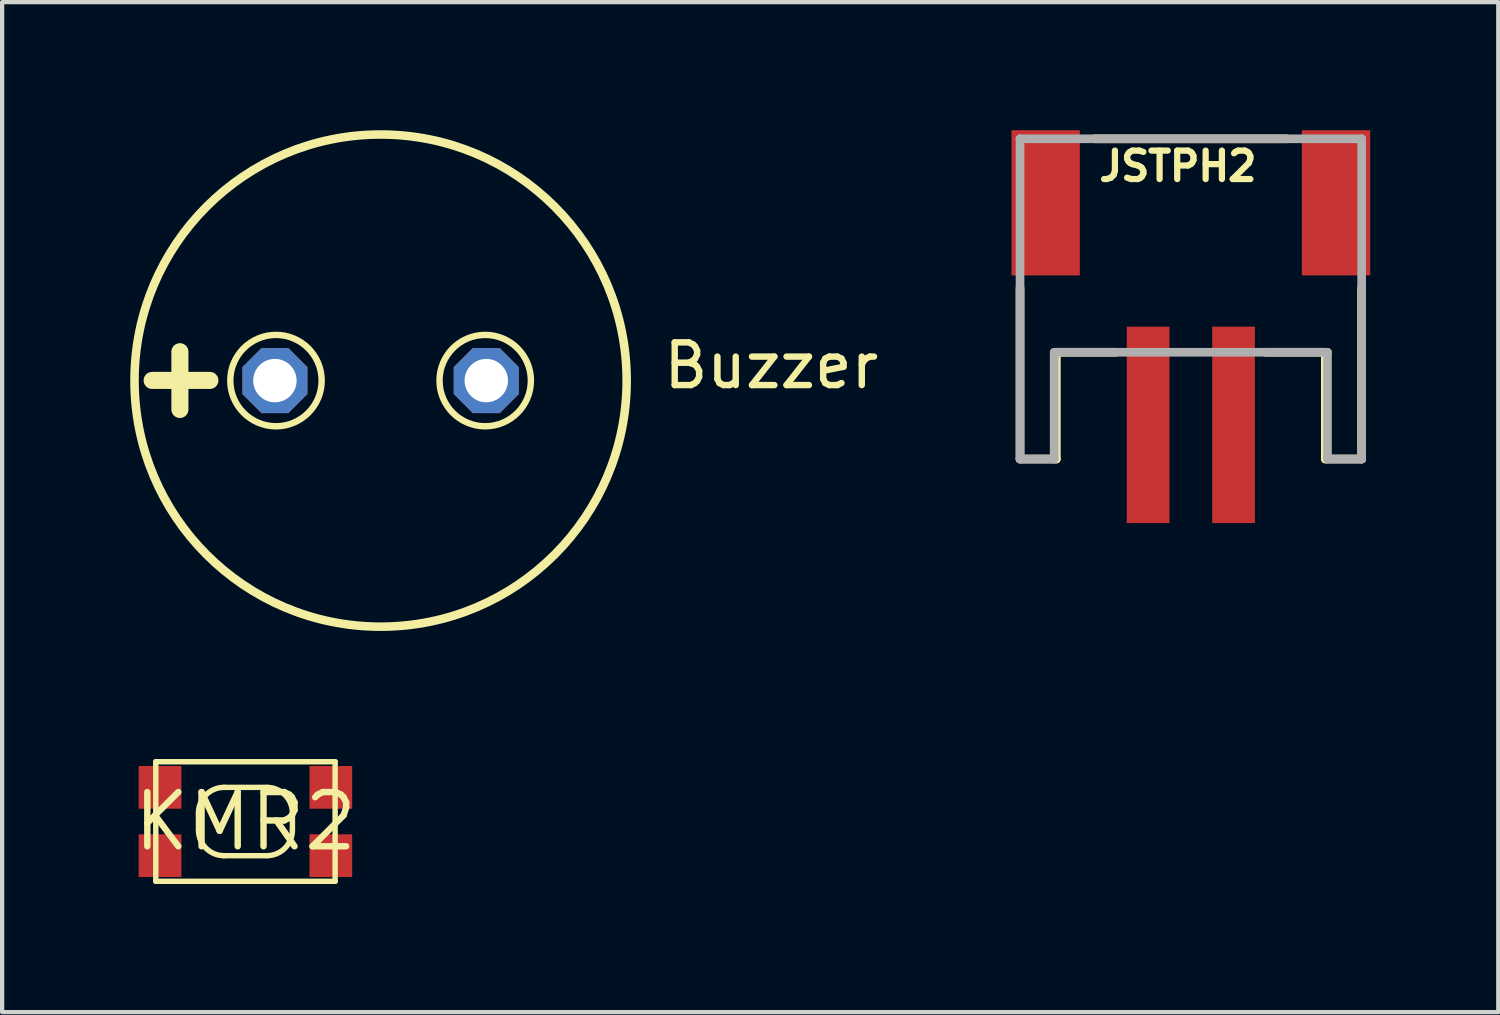
<source format=kicad_pcb>
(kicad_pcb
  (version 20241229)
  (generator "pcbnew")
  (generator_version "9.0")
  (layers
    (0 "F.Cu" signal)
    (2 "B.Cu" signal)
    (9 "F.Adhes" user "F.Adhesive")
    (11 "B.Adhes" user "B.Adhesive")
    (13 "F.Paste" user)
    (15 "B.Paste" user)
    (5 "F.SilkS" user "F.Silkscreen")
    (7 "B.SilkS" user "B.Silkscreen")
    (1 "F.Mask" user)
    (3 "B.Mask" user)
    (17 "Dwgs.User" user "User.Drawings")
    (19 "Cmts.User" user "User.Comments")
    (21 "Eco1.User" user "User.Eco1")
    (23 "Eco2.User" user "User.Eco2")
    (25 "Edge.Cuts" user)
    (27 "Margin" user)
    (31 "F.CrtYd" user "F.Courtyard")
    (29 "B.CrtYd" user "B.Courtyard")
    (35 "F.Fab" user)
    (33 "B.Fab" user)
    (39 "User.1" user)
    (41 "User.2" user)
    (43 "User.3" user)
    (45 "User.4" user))
  (footprint "KMR2"
    (layer "F.Cu")
    (at 2.698 16.189)
    (property "Reference" "KMR2" (at 0 0 0) (layer "F.SilkS") (effects (font (size 1.27 1.27) (thickness 0.15))))
    (fp_line (start -2.1 -1.4) (end 2.1 -1.4) (stroke (width 0.127) (type solid)) (layer "F.SilkS"))
    (fp_line (start -2.1 1.4) (end -2.1 -1.4) (stroke (width 0.127) (type solid)) (layer "F.SilkS"))
    (fp_line (start -1.1 0.2) (end -1.1 -0.2) (stroke (width 0.127) (type solid)) (layer "F.SilkS"))
    (fp_line (start -0.5 -0.8) (end 0.5 -0.8) (stroke (width 0.127) (type solid)) (layer "F.SilkS"))
    (fp_line (start 0.5 0.8) (end -0.5 0.8) (stroke (width 0.127) (type solid)) (layer "F.SilkS"))
    (fp_line (start 1.1 -0.2) (end 1.1 0.2) (stroke (width 0.127) (type solid)) (layer "F.SilkS"))
    (fp_line (start 2.1 -1.4) (end 2.1 1.4) (stroke (width 0.127) (type solid)) (layer "F.SilkS"))
    (fp_line (start 2.1 1.4) (end -2.1 1.4) (stroke (width 0.127) (type solid)) (layer "F.SilkS"))
    (fp_arc (start -1.1 -0.2) (mid -0.924263 -0.624264) (end -0.499998 -0.8) (stroke (width 0.127) (type solid)) (layer "F.SilkS"))
    (fp_arc (start -0.5 0.8) (mid -0.924264 0.624263) (end -1.1 0.199998) (stroke (width 0.127) (type solid)) (layer "F.SilkS"))
    (fp_arc (start 0.5 -0.8) (mid 0.924265 -0.624263) (end 1.1 -0.199998) (stroke (width 0.127) (type solid)) (layer "F.SilkS"))
    (fp_arc (start 1.1 0.2) (mid 0.924263 0.624264) (end 0.499998 0.8) (stroke (width 0.127) (type solid)) (layer "F.SilkS"))
    (pad "1" smd rect (at 2 -0.8) (size 1 1) (layers "F.Cu" "F.Mask" "F.Paste"))
    (pad "2" smd rect (at 2 0.8) (size 1 1) (layers "F.Cu" "F.Mask" "F.Paste"))
    (pad "3" smd rect (at -2 -0.8) (size 1 1) (layers "F.Cu" "F.Mask" "F.Paste"))
    (pad "4" smd rect (at -2 0.8) (size 1 1) (layers "F.Cu" "F.Mask" "F.Paste")))
  (footprint "JSTPH2"
    (layer "F.Cu")
    (at 24.838 3.2)
    (property "Reference" "JSTPH2" (at -2.223 -1.968 0) (unlocked yes) (layer "F.SilkS") (effects (font (size 0.666 0.666) (thickness 0.146)) (justify left bottom)))
    (fp_line (start -4 4.5) (end -4 0.5) (stroke (width 0.203) (type solid)) (layer "F.SilkS"))
    (fp_line (start -3.15 2) (end -3.15 4.5) (stroke (width 0.203) (type solid)) (layer "F.SilkS"))
    (fp_line (start -3.15 4.5) (end -4 4.5) (stroke (width 0.203) (type solid)) (layer "F.SilkS"))
    (fp_line (start -2.25 -3) (end 2.25 -3) (stroke (width 0.203) (type solid)) (layer "F.SilkS"))
    (fp_line (start -1.75 2) (end -3.15 2) (stroke (width 0.203) (type solid)) (layer "F.SilkS"))
    (fp_line (start 3.15 2) (end 1.75 2) (stroke (width 0.203) (type solid)) (layer "F.SilkS"))
    (fp_line (start 3.15 4.5) (end 3.15 2) (stroke (width 0.203) (type solid)) (layer "F.SilkS"))
    (fp_line (start 4 0.5) (end 4 4.5) (stroke (width 0.203) (type solid)) (layer "F.SilkS"))
    (fp_line (start 4 4.5) (end 3.15 4.5) (stroke (width 0.203) (type solid)) (layer "F.SilkS"))
    (fp_line (start -4 -3) (end 4 -3) (stroke (width 0.203) (type solid)) (layer "F.Fab"))
    (fp_line (start -4 4.5) (end -4 -3) (stroke (width 0.203) (type solid)) (layer "F.Fab"))
    (fp_line (start -3.2 2) (end -3.2 4.5) (stroke (width 0.203) (type solid)) (layer "F.Fab"))
    (fp_line (start -3.2 4.5) (end -4 4.5) (stroke (width 0.203) (type solid)) (layer "F.Fab"))
    (fp_line (start 3.2 2) (end -3.2 2) (stroke (width 0.203) (type solid)) (layer "F.Fab"))
    (fp_line (start 3.2 4.5) (end 3.2 2) (stroke (width 0.203) (type solid)) (layer "F.Fab"))
    (fp_line (start 4 -3) (end 4 4.5) (stroke (width 0.203) (type solid)) (layer "F.Fab"))
    (fp_line (start 4 4.5) (end 3.2 4.5) (stroke (width 0.203) (type solid)) (layer "F.Fab"))
    (pad "1" smd rect (at -1 3.7) (size 1 4.6) (layers "F.Cu" "F.Mask" "F.Paste"))
    (pad "2" smd rect (at 1 3.7) (size 1 4.6) (layers "F.Cu" "F.Mask" "F.Paste"))
    (pad "NC1" smd rect (at -3.4 -1.5 90) (size 3.4 1.6) (layers "F.Cu" "F.Mask" "F.Paste"))
    (pad "NC2" smd rect (at 3.4 -1.5 90) (size 3.4 1.6) (layers "F.Cu" "F.Mask" "F.Paste")))
  (footprint "Buzzer"
    (layer "F.Cu")
    (at 5.863 5.863)
    (property "Reference" "Buzzer" (at 9.15 -0.35 0) (unlocked yes) (layer "F.SilkS") (effects (font (size 1 1) (thickness 0.15))))
    (attr through_hole)
    (fp_line (start -4.7 -0.676) (end -4.7 0.676) (stroke (width 0.4) (type solid)) (layer "F.SilkS"))
    (fp_line (start -3.998 -0.004) (end -5.35 -0.004) (stroke (width 0.4) (type solid)) (layer "F.SilkS"))
    (fp_circle (center -2.45 0) (end -3.1 -0.85) (stroke (width 0.15) (type default)) (fill no) (layer "F.SilkS"))
    (fp_circle (center 0 0) (end 5.763 0) (stroke (width 0.2) (type default)) (fill no) (layer "F.SilkS"))
    (fp_circle (center 2.45 0) (end 1.8 -0.85) (stroke (width 0.15) (type default)) (fill no) (layer "F.SilkS"))
    (pad "1" thru_hole roundrect (at -2.475 0) (size 1.524 1.524) (drill 1.016) (layers "*.Cu" "*.Mask") (roundrect_rratio 0.25) (chamfer_ratio 0.293) (chamfer top_left top_right bottom_left bottom_right))
    (pad "2" thru_hole roundrect (at 2.475 0) (size 1.524 1.524) (drill 1.016) (layers "*.Cu" "*.Mask") (roundrect_rratio 0.25) (chamfer_ratio 0.293) (chamfer top_left top_right bottom_left bottom_right)))
  (gr_rect
    (start -3 -3)
    (end 32.038 20.653)
    (stroke (width 0.1) (type default))
    (fill no)
    (layer "Edge.Cuts")))
</source>
